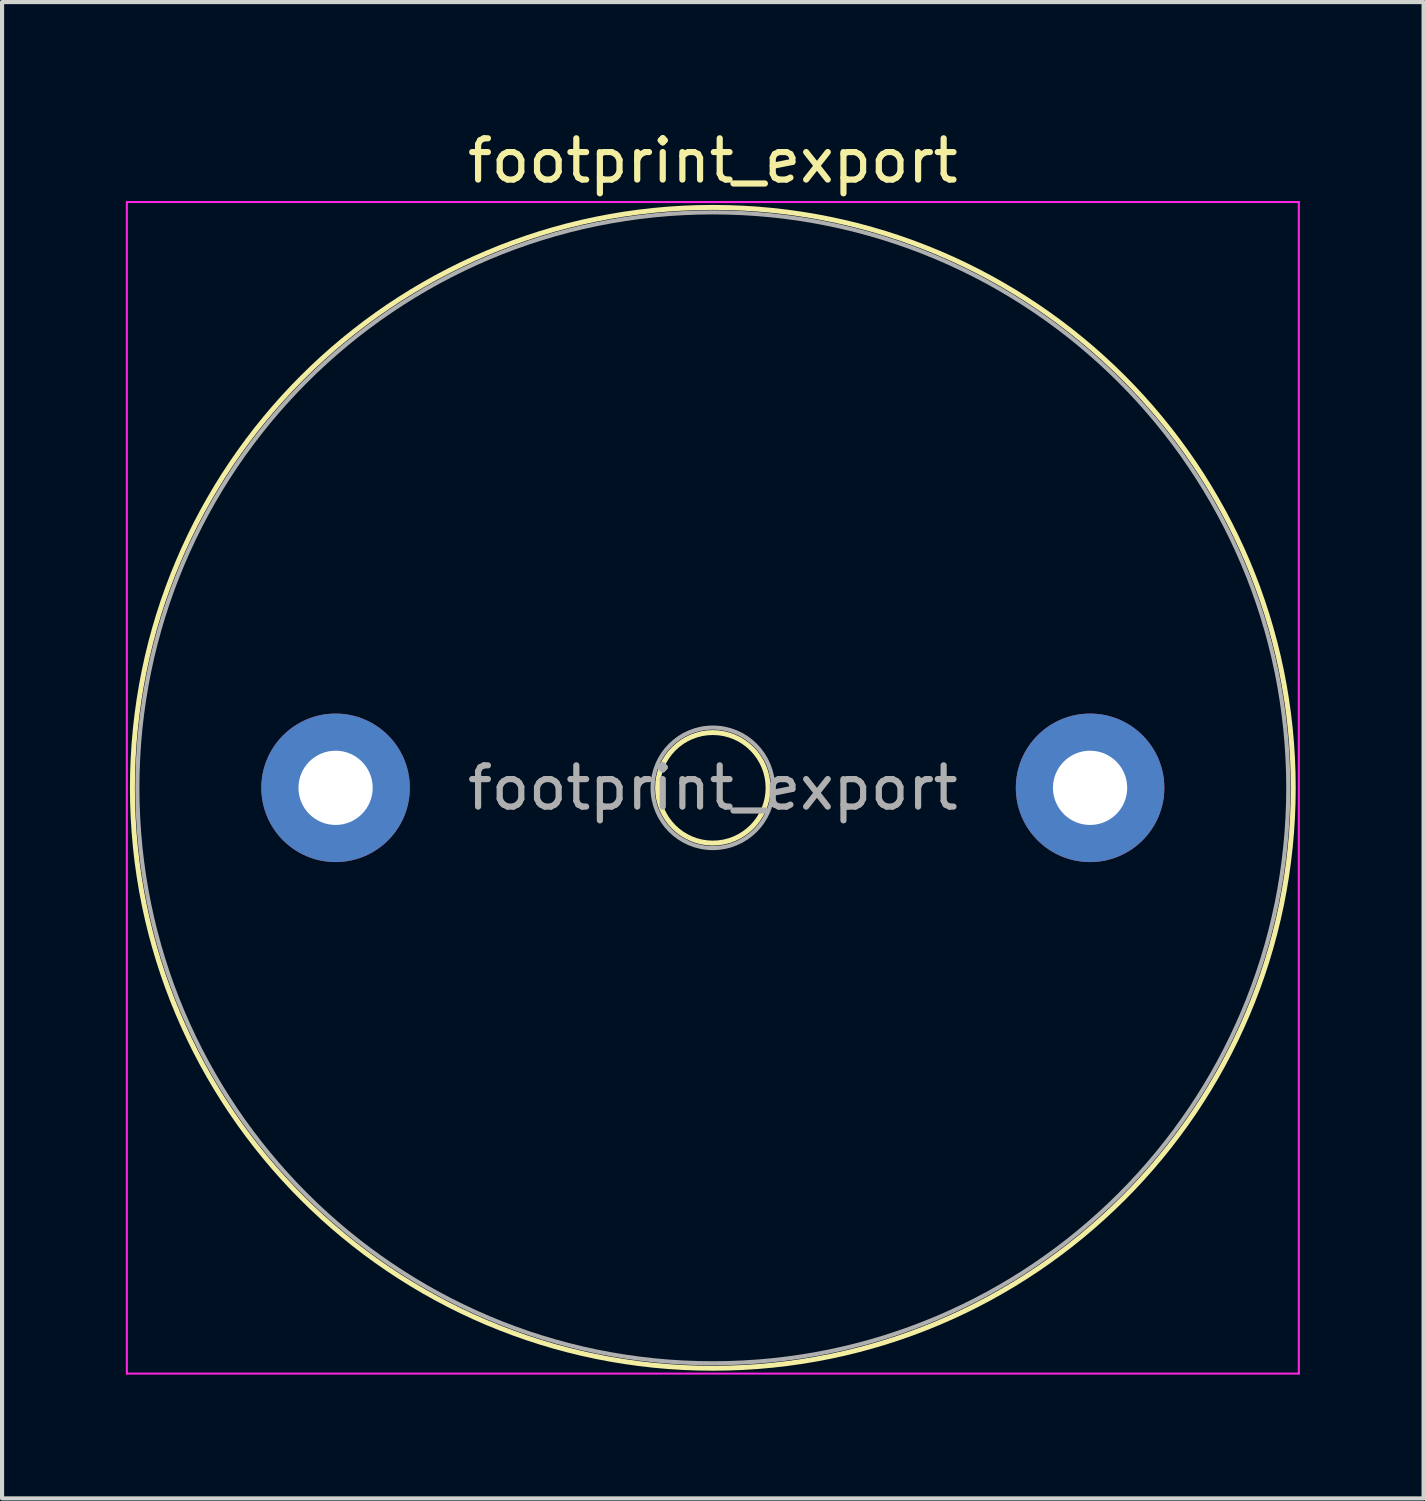
<source format=kicad_pcb>
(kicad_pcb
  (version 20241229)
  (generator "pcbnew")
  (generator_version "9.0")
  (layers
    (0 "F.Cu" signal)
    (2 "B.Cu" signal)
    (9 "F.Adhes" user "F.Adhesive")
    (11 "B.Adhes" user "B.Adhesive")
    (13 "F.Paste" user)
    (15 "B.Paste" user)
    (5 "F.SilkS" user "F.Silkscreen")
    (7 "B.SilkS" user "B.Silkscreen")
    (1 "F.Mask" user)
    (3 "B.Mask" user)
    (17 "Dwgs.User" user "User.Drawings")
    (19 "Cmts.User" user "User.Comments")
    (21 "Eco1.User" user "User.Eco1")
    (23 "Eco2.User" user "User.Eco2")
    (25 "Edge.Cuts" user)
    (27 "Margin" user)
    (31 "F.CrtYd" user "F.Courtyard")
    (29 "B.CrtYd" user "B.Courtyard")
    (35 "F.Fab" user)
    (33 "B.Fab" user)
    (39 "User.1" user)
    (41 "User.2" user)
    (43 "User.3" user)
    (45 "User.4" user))
  (footprint "footprint_export"
    (layer "F.Cu")
    (at 5.085 16.048)
    (property "Reference" "footprint_export" (at 9.145 -15.2 0) (layer "F.SilkS") (effects (font (size 1 1) (thickness 0.15))))
    (attr through_hole)
    (fp_circle (center 9.145 0) (end 10.485 0) (stroke (width 0.12) (type solid)) (fill no) (layer "F.SilkS"))
    (fp_circle (center 9.145 0) (end 23.215 0) (stroke (width 0.12) (type solid)) (fill no) (layer "F.SilkS"))
    (fp_line (start -5.06 -14.2) (end -5.06 14.2) (stroke (width 0.05) (type solid)) (layer "F.CrtYd"))
    (fp_line (start -5.06 14.2) (end 23.35 14.2) (stroke (width 0.05) (type solid)) (layer "F.CrtYd"))
    (fp_line (start 23.35 -14.2) (end -5.06 -14.2) (stroke (width 0.05) (type solid)) (layer "F.CrtYd"))
    (fp_line (start 23.35 14.2) (end 23.35 -14.2) (stroke (width 0.05) (type solid)) (layer "F.CrtYd"))
    (fp_circle (center 9.145 0) (end 10.605 0) (stroke (width 0.1) (type solid)) (fill no) (layer "F.Fab"))
    (fp_circle (center 9.145 0) (end 23.095 0) (stroke (width 0.1) (type solid)) (fill no) (layer "F.Fab"))
    (fp_text user "${REFERENCE}" (at 9.145 0 0) (layer "F.Fab") (effects (font (size 1 1) (thickness 0.15))))
    (pad "1" thru_hole circle (at 0 0) (size 3.6 3.6) (drill 1.8) (layers "*.Cu" "*.Mask"))
    (pad "2" thru_hole circle (at 18.29 0) (size 3.6 3.6) (drill 1.8) (layers "*.Cu" "*.Mask")))
  (gr_rect
    (start -3 -3)
    (end 31.46 33.273)
    (stroke (width 0.1) (type default))
    (fill no)
    (layer "Edge.Cuts")))
</source>
